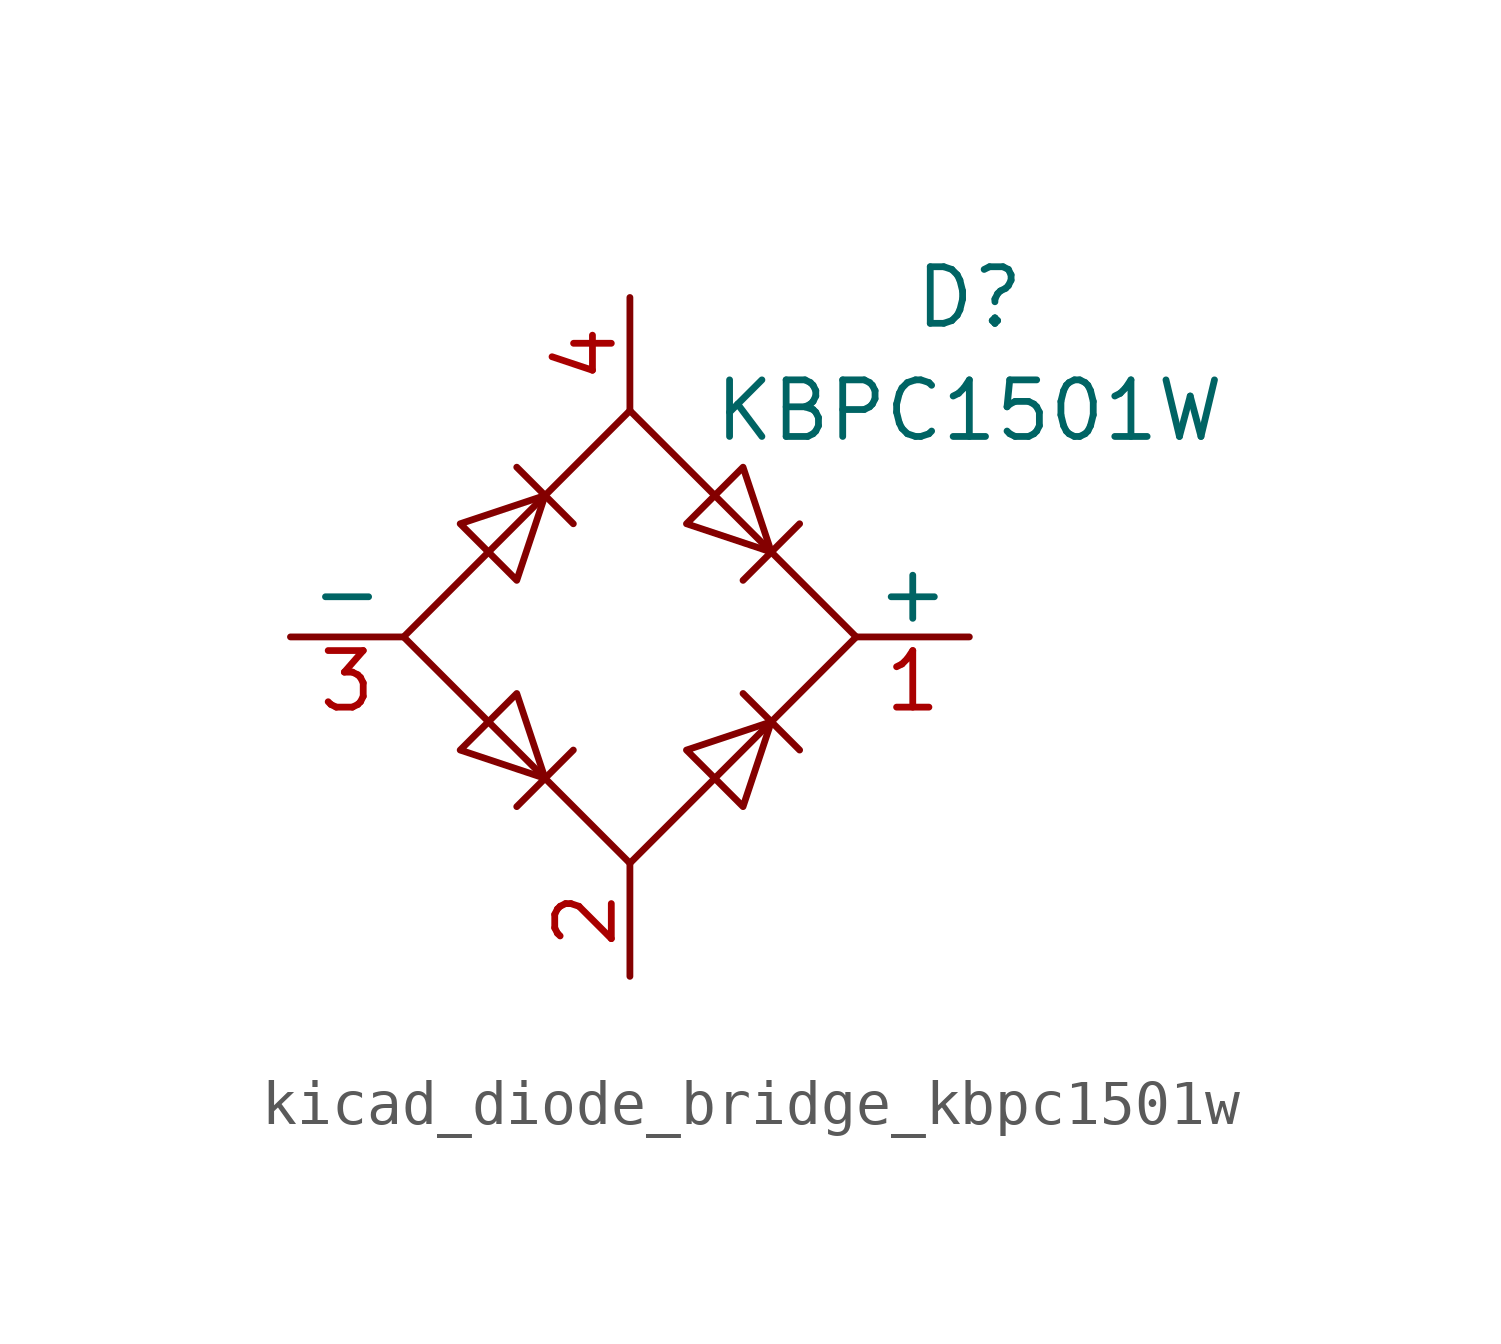
<source format=kicad_sym>
(kicad_symbol_lib
  (version 20220914)
  (generator kicad_symbol_editor)
  (symbol "kicad_diode_bridge_kbpc1501w"
    (pin_names
      (offset 0))
    (property "Reference" "D"
      (at 7.62 7.62 0)
      (effects (font (size 1.27 1.27))))
    (property "Value" "KBPC1501W"
      (at 7.62 5.08 0)
      (effects (font (size 1.27 1.27))))
    (symbol "kicad_diode_bridge_kbpc1501w_0_1"
      (polyline (pts (xy -2.54 3.81) (xy -1.27 2.54)) (stroke (width 0) (type default)) (fill (type none)))
      (polyline (pts (xy -1.27 -2.54) (xy -2.54 -3.81)) (stroke (width 0) (type default)) (fill (type none)))
      (polyline (pts (xy 2.54 -1.27) (xy 3.81 -2.54)) (stroke (width 0) (type default)) (fill (type none)))
      (polyline (pts (xy 2.54 1.27) (xy 3.81 2.54)) (stroke (width 0) (type default)) (fill (type none)))
      (polyline (pts (xy -3.81 2.54) (xy -2.54 1.27) (xy -1.905 3.175) (xy -3.81 2.54)) (stroke (width 0) (type default)) (fill (type none)))
      (polyline (pts (xy -2.54 -1.27) (xy -3.81 -2.54) (xy -1.905 -3.175) (xy -2.54 -1.27)) (stroke (width 0) (type default)) (fill (type none)))
      (polyline (pts (xy 1.27 2.54) (xy 2.54 3.81) (xy 3.175 1.905) (xy 1.27 2.54)) (stroke (width 0) (type default)) (fill (type none)))
      (polyline (pts (xy 3.175 -1.905) (xy 1.27 -2.54) (xy 2.54 -3.81) (xy 3.175 -1.905)) (stroke (width 0) (type default)) (fill (type none)))
      (polyline (pts (xy -5.08 0) (xy 0 -5.08) (xy 5.08 0) (xy 0 5.08) (xy -5.08 0)) (stroke (width 0) (type default)) (fill (type none))))
    (symbol "kicad_diode_bridge_kbpc1501w_1_1"
      (pin passive line (at 7.62 0 180) (length 2.54) (name "+" (effects (font (size 1.27 1.27)))) (number "1" (effects (font (size 1.27 1.27)))))
      (pin passive line (at 0 -7.62 90) (length 2.54) (name "~" (effects (font (size 1.27 1.27)))) (number "2" (effects (font (size 1.27 1.27)))))
      (pin passive line (at -7.62 0 0) (length 2.54) (name "-" (effects (font (size 1.27 1.27)))) (number "3" (effects (font (size 1.27 1.27)))))
      (pin passive line (at 0 7.62 270) (length 2.54) (name "~" (effects (font (size 1.27 1.27)))) (number "4" (effects (font (size 1.27 1.27))))))))
</source>
